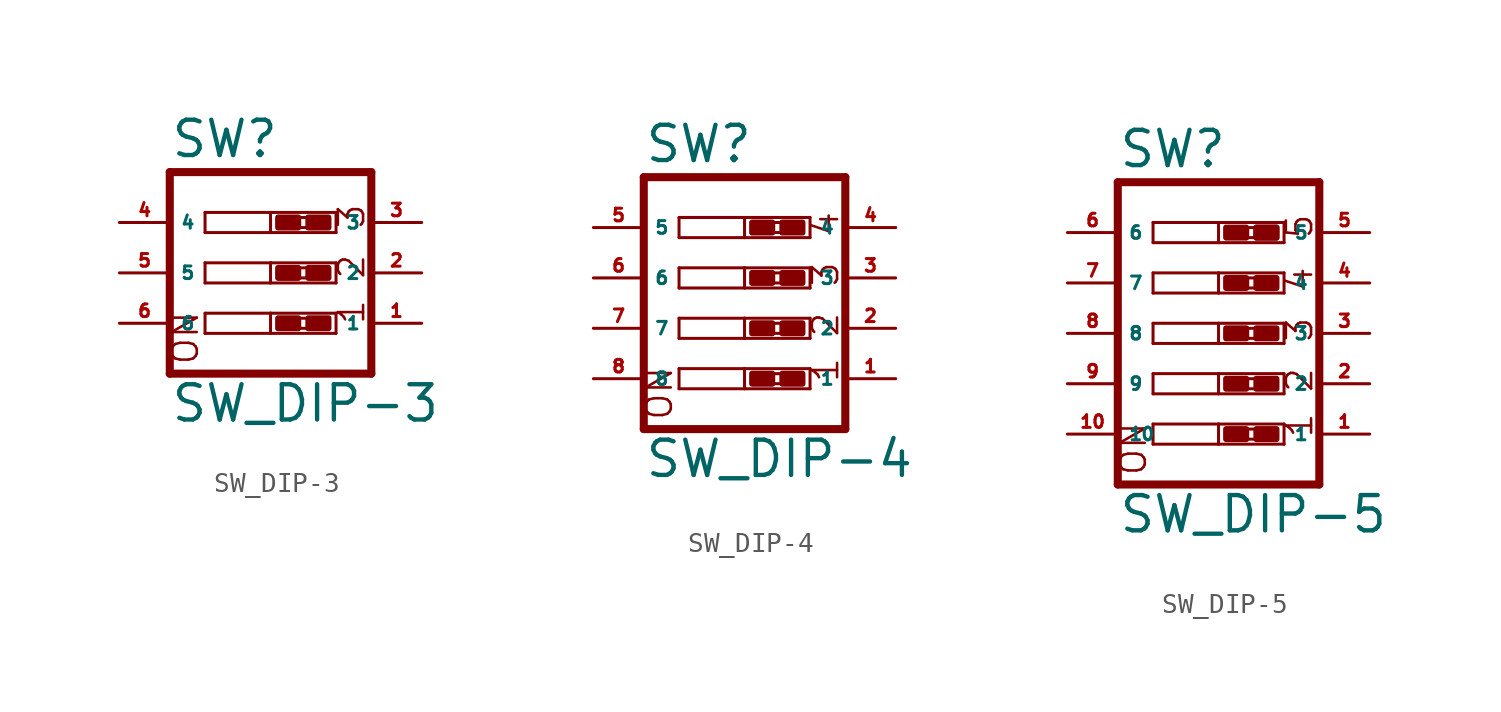
<source format=kicad_sym>
(kicad_symbol_lib
  (version 20220914)
  (generator Eagle2Kicad)
  (symbol "SW_DIP-3"
    (property "Reference" "SW"
      (at -5.08 5.715 0)
      (effects (font (size 1.778 1.778) (thickness 0.22)) (justify left bottom)))
    (property "Value" "SW_DIP-3"
      (at -5.08 -7.62 0)
      (effects (font (size 1.778 1.778) (thickness 0.22)) (justify left bottom)))
    (polyline
      (pts (xy -3.302 3.048) (xy 0 3.048))
      (stroke (width 0.152) (type default))
      (fill (type none)))
    (polyline
      (pts (xy 3.302 3.048) (xy 3.302 2.032))
      (stroke (width 0.152) (type default))
      (fill (type none)))
    (polyline
      (pts (xy 3.302 2.032) (xy 0 2.032))
      (stroke (width 0.152) (type default))
      (fill (type none)))
    (polyline
      (pts (xy -3.302 2.032) (xy -3.302 3.048))
      (stroke (width 0.152) (type default))
      (fill (type none)))
    (polyline
      (pts (xy 0 3.048) (xy 0 2.032))
      (stroke (width 0.152) (type default))
      (fill (type none)))
    (polyline
      (pts (xy 0 3.048) (xy 3.302 3.048))
      (stroke (width 0.152) (type default))
      (fill (type none)))
    (polyline
      (pts (xy 0 2.032) (xy -3.302 2.032))
      (stroke (width 0.152) (type default))
      (fill (type none)))
    (polyline
      (pts (xy -5.08 5.08) (xy 5.08 5.08))
      (stroke (width 0.406) (type default))
      (fill (type none)))
    (polyline
      (pts (xy -3.302 0.508) (xy 0 0.508))
      (stroke (width 0.152) (type default))
      (fill (type none)))
    (polyline
      (pts (xy 3.302 0.508) (xy 3.302 -0.508))
      (stroke (width 0.152) (type default))
      (fill (type none)))
    (polyline
      (pts (xy 3.302 -0.508) (xy 0 -0.508))
      (stroke (width 0.152) (type default))
      (fill (type none)))
    (polyline
      (pts (xy -3.302 -0.508) (xy -3.302 0.508))
      (stroke (width 0.152) (type default))
      (fill (type none)))
    (polyline
      (pts (xy 0 0.508) (xy 0 -0.508))
      (stroke (width 0.152) (type default))
      (fill (type none)))
    (polyline
      (pts (xy 0 0.508) (xy 3.302 0.508))
      (stroke (width 0.152) (type default))
      (fill (type none)))
    (polyline
      (pts (xy 0 -0.508) (xy -3.302 -0.508))
      (stroke (width 0.152) (type default))
      (fill (type none)))
    (polyline
      (pts (xy -3.302 -2.032) (xy 0 -2.032))
      (stroke (width 0.152) (type default))
      (fill (type none)))
    (polyline
      (pts (xy 3.302 -2.032) (xy 3.302 -3.048))
      (stroke (width 0.152) (type default))
      (fill (type none)))
    (polyline
      (pts (xy 3.302 -3.048) (xy 0 -3.048))
      (stroke (width 0.152) (type default))
      (fill (type none)))
    (polyline
      (pts (xy -3.302 -3.048) (xy -3.302 -2.032))
      (stroke (width 0.152) (type default))
      (fill (type none)))
    (polyline
      (pts (xy 0 -2.032) (xy 0 -3.048))
      (stroke (width 0.152) (type default))
      (fill (type none)))
    (polyline
      (pts (xy 0 -2.032) (xy 3.302 -2.032))
      (stroke (width 0.152) (type default))
      (fill (type none)))
    (polyline
      (pts (xy 0 -3.048) (xy -3.302 -3.048))
      (stroke (width 0.152) (type default))
      (fill (type none)))
    (polyline
      (pts (xy -5.08 5.08) (xy -5.08 -5.08))
      (stroke (width 0.406) (type default))
      (fill (type none)))
    (polyline
      (pts (xy -5.08 -5.08) (xy 5.08 -5.08))
      (stroke (width 0.406) (type default))
      (fill (type none)))
    (polyline
      (pts (xy 5.08 -5.08) (xy 5.08 5.08))
      (stroke (width 0.406) (type default))
      (fill (type none)))
    (polyline
      (pts (xy 1.397 2.794) (xy 1.905 2.794))
      (stroke (width 0) (type default))
      (fill (type none)))
    (polyline
      (pts (xy 1.397 2.286) (xy 1.905 2.286))
      (stroke (width 0) (type default))
      (fill (type none)))
    (polyline
      (pts (xy 1.397 0.254) (xy 1.905 0.254))
      (stroke (width 0) (type default))
      (fill (type none)))
    (polyline
      (pts (xy 1.397 -0.254) (xy 1.905 -0.254))
      (stroke (width 0) (type default))
      (fill (type none)))
    (polyline
      (pts (xy 1.397 -2.286) (xy 1.905 -2.286))
      (stroke (width 0) (type default))
      (fill (type none)))
    (polyline
      (pts (xy 1.397 -2.794) (xy 1.905 -2.794))
      (stroke (width 0) (type default))
      (fill (type none)))
    (text "1"
      (at 4.826 -2.667 900)
      (effects (font (size 1.27 1.27) (thickness 0.13)) (justify left bottom)))
    (text "2"
      (at 4.826 -0.381 900)
      (effects (font (size 1.27 1.27) (thickness 0.13)) (justify left bottom)))
    (text "3"
      (at 4.826 2.159 900)
      (effects (font (size 1.27 1.27) (thickness 0.13)) (justify left bottom)))
    (text "ON"
      (at -3.556 -4.699 900)
      (effects (font (size 1.27 1.27) (thickness 0.13)) (justify left bottom)))
    (rectangle
      (start 0.381 2.286)
      (end 1.397 2.794)
      (stroke (width 0.3) (type default))
      (fill (type outline)))
    (rectangle
      (start 1.905 2.286)
      (end 2.921 2.794)
      (stroke (width 0.3) (type default))
      (fill (type outline)))
    (rectangle
      (start 0.381 -0.254)
      (end 1.397 0.254)
      (stroke (width 0.3) (type default))
      (fill (type outline)))
    (rectangle
      (start 1.905 -0.254)
      (end 2.921 0.254)
      (stroke (width 0.3) (type default))
      (fill (type outline)))
    (rectangle
      (start 0.381 -2.794)
      (end 1.397 -2.286)
      (stroke (width 0.3) (type default))
      (fill (type outline)))
    (rectangle
      (start 1.905 -2.794)
      (end 2.921 -2.286)
      (stroke (width 0.3) (type default))
      (fill (type outline)))
    (pin passive line
      (at -7.62 2.54 0)
      (length 2.54)
      (name "4" (effects (font (size 0.635 0.635) (thickness 0.08)) (justify left bottom)))
      (number "4" (effects (font (size 0.635 0.635) (thickness 0.08)) (justify left bottom))))
    (pin passive line
      (at -7.62 0 0)
      (length 2.54)
      (name "5" (effects (font (size 0.635 0.635) (thickness 0.08)) (justify left bottom)))
      (number "5" (effects (font (size 0.635 0.635) (thickness 0.08)) (justify left bottom))))
    (pin passive line
      (at -7.62 -2.54 0)
      (length 2.54)
      (name "6" (effects (font (size 0.635 0.635) (thickness 0.08)) (justify left bottom)))
      (number "6" (effects (font (size 0.635 0.635) (thickness 0.08)) (justify left bottom))))
    (pin passive line
      (at 7.62 -2.54 180)
      (length 2.54)
      (name "1" (effects (font (size 0.635 0.635) (thickness 0.08)) (justify left bottom)))
      (number "1" (effects (font (size 0.635 0.635) (thickness 0.08)) (justify left bottom))))
    (pin passive line
      (at 7.62 0 180)
      (length 2.54)
      (name "2" (effects (font (size 0.635 0.635) (thickness 0.08)) (justify left bottom)))
      (number "2" (effects (font (size 0.635 0.635) (thickness 0.08)) (justify left bottom))))
    (pin passive line
      (at 7.62 2.54 180)
      (length 2.54)
      (name "3" (effects (font (size 0.635 0.635) (thickness 0.08)) (justify left bottom)))
      (number "3" (effects (font (size 0.635 0.635) (thickness 0.08)) (justify left bottom)))))
  (symbol "SW_DIP-4"
    (property "Reference" "SW"
      (at -5.08 5.715 0)
      (effects (font (size 1.778 1.778) (thickness 0.22)) (justify left bottom)))
    (property "Value" "SW_DIP-4"
      (at -5.08 -10.16 0)
      (effects (font (size 1.778 1.778) (thickness 0.22)) (justify left bottom)))
    (polyline
      (pts (xy -3.302 3.048) (xy 0 3.048))
      (stroke (width 0.152) (type default))
      (fill (type none)))
    (polyline
      (pts (xy 3.302 3.048) (xy 3.302 2.032))
      (stroke (width 0.152) (type default))
      (fill (type none)))
    (polyline
      (pts (xy 3.302 2.032) (xy 0 2.032))
      (stroke (width 0.152) (type default))
      (fill (type none)))
    (polyline
      (pts (xy -3.302 2.032) (xy -3.302 3.048))
      (stroke (width 0.152) (type default))
      (fill (type none)))
    (polyline
      (pts (xy 0 3.048) (xy 0 2.032))
      (stroke (width 0.152) (type default))
      (fill (type none)))
    (polyline
      (pts (xy 0 3.048) (xy 3.302 3.048))
      (stroke (width 0.152) (type default))
      (fill (type none)))
    (polyline
      (pts (xy 0 2.032) (xy -3.302 2.032))
      (stroke (width 0.152) (type default))
      (fill (type none)))
    (polyline
      (pts (xy -3.302 0.508) (xy 0 0.508))
      (stroke (width 0.152) (type default))
      (fill (type none)))
    (polyline
      (pts (xy 3.302 0.508) (xy 3.302 -0.508))
      (stroke (width 0.152) (type default))
      (fill (type none)))
    (polyline
      (pts (xy 3.302 -0.508) (xy 0 -0.508))
      (stroke (width 0.152) (type default))
      (fill (type none)))
    (polyline
      (pts (xy -3.302 -0.508) (xy -3.302 0.508))
      (stroke (width 0.152) (type default))
      (fill (type none)))
    (polyline
      (pts (xy 0 0.508) (xy 0 -0.508))
      (stroke (width 0.152) (type default))
      (fill (type none)))
    (polyline
      (pts (xy 0 0.508) (xy 3.302 0.508))
      (stroke (width 0.152) (type default))
      (fill (type none)))
    (polyline
      (pts (xy 0 -0.508) (xy -3.302 -0.508))
      (stroke (width 0.152) (type default))
      (fill (type none)))
    (polyline
      (pts (xy -3.302 -2.032) (xy 0 -2.032))
      (stroke (width 0.152) (type default))
      (fill (type none)))
    (polyline
      (pts (xy 3.302 -2.032) (xy 3.302 -3.048))
      (stroke (width 0.152) (type default))
      (fill (type none)))
    (polyline
      (pts (xy 3.302 -3.048) (xy 0 -3.048))
      (stroke (width 0.152) (type default))
      (fill (type none)))
    (polyline
      (pts (xy -3.302 -3.048) (xy -3.302 -2.032))
      (stroke (width 0.152) (type default))
      (fill (type none)))
    (polyline
      (pts (xy 0 -2.032) (xy 0 -3.048))
      (stroke (width 0.152) (type default))
      (fill (type none)))
    (polyline
      (pts (xy 0 -2.032) (xy 3.302 -2.032))
      (stroke (width 0.152) (type default))
      (fill (type none)))
    (polyline
      (pts (xy 0 -3.048) (xy -3.302 -3.048))
      (stroke (width 0.152) (type default))
      (fill (type none)))
    (polyline
      (pts (xy -3.302 -4.572) (xy 0 -4.572))
      (stroke (width 0.152) (type default))
      (fill (type none)))
    (polyline
      (pts (xy 3.302 -4.572) (xy 3.302 -5.588))
      (stroke (width 0.152) (type default))
      (fill (type none)))
    (polyline
      (pts (xy 3.302 -5.588) (xy 0 -5.588))
      (stroke (width 0.152) (type default))
      (fill (type none)))
    (polyline
      (pts (xy -3.302 -5.588) (xy -3.302 -4.572))
      (stroke (width 0.152) (type default))
      (fill (type none)))
    (polyline
      (pts (xy 0 -4.572) (xy 0 -5.588))
      (stroke (width 0.152) (type default))
      (fill (type none)))
    (polyline
      (pts (xy 0 -4.572) (xy 3.302 -4.572))
      (stroke (width 0.152) (type default))
      (fill (type none)))
    (polyline
      (pts (xy 0 -5.588) (xy -3.302 -5.588))
      (stroke (width 0.152) (type default))
      (fill (type none)))
    (polyline
      (pts (xy -5.08 5.08) (xy -5.08 -7.62))
      (stroke (width 0.406) (type default))
      (fill (type none)))
    (polyline
      (pts (xy -5.08 -7.62) (xy 5.08 -7.62))
      (stroke (width 0.406) (type default))
      (fill (type none)))
    (polyline
      (pts (xy 5.08 -7.62) (xy 5.08 5.08))
      (stroke (width 0.406) (type default))
      (fill (type none)))
    (polyline
      (pts (xy 5.08 5.08) (xy -5.08 5.08))
      (stroke (width 0.406) (type default))
      (fill (type none)))
    (polyline
      (pts (xy 1.397 2.794) (xy 1.905 2.794))
      (stroke (width 0) (type default))
      (fill (type none)))
    (polyline
      (pts (xy 1.397 2.286) (xy 1.905 2.286))
      (stroke (width 0) (type default))
      (fill (type none)))
    (polyline
      (pts (xy 1.397 0.254) (xy 1.905 0.254))
      (stroke (width 0) (type default))
      (fill (type none)))
    (polyline
      (pts (xy 1.397 -0.254) (xy 1.905 -0.254))
      (stroke (width 0) (type default))
      (fill (type none)))
    (polyline
      (pts (xy 1.397 -2.286) (xy 1.905 -2.286))
      (stroke (width 0) (type default))
      (fill (type none)))
    (polyline
      (pts (xy 1.397 -2.794) (xy 1.905 -2.794))
      (stroke (width 0) (type default))
      (fill (type none)))
    (polyline
      (pts (xy 1.397 -4.826) (xy 1.905 -4.826))
      (stroke (width 0) (type default))
      (fill (type none)))
    (polyline
      (pts (xy 1.397 -5.334) (xy 1.905 -5.334))
      (stroke (width 0) (type default))
      (fill (type none)))
    (text "1"
      (at 4.826 -5.334 900)
      (effects (font (size 1.27 1.27) (thickness 0.13)) (justify left bottom)))
    (text "2"
      (at 4.826 -3.048 900)
      (effects (font (size 1.27 1.27) (thickness 0.13)) (justify left bottom)))
    (text "3"
      (at 4.826 -0.508 900)
      (effects (font (size 1.27 1.27) (thickness 0.13)) (justify left bottom)))
    (text "4"
      (at 4.826 2.032 900)
      (effects (font (size 1.27 1.27) (thickness 0.13)) (justify left bottom)))
    (text "ON"
      (at -3.556 -7.239 900)
      (effects (font (size 1.27 1.27) (thickness 0.13)) (justify left bottom)))
    (rectangle
      (start 0.381 2.286)
      (end 1.397 2.794)
      (stroke (width 0.3) (type default))
      (fill (type outline)))
    (rectangle
      (start 1.905 2.286)
      (end 2.921 2.794)
      (stroke (width 0.3) (type default))
      (fill (type outline)))
    (rectangle
      (start 0.381 -0.254)
      (end 1.397 0.254)
      (stroke (width 0.3) (type default))
      (fill (type outline)))
    (rectangle
      (start 1.905 -0.254)
      (end 2.921 0.254)
      (stroke (width 0.3) (type default))
      (fill (type outline)))
    (rectangle
      (start 0.381 -2.794)
      (end 1.397 -2.286)
      (stroke (width 0.3) (type default))
      (fill (type outline)))
    (rectangle
      (start 1.905 -2.794)
      (end 2.921 -2.286)
      (stroke (width 0.3) (type default))
      (fill (type outline)))
    (rectangle
      (start 0.381 -5.334)
      (end 1.397 -4.826)
      (stroke (width 0.3) (type default))
      (fill (type outline)))
    (rectangle
      (start 1.905 -5.334)
      (end 2.921 -4.826)
      (stroke (width 0.3) (type default))
      (fill (type outline)))
    (pin passive line
      (at -7.62 2.54 0)
      (length 2.54)
      (name "5" (effects (font (size 0.635 0.635) (thickness 0.08)) (justify left bottom)))
      (number "5" (effects (font (size 0.635 0.635) (thickness 0.08)) (justify left bottom))))
    (pin passive line
      (at -7.62 0 0)
      (length 2.54)
      (name "6" (effects (font (size 0.635 0.635) (thickness 0.08)) (justify left bottom)))
      (number "6" (effects (font (size 0.635 0.635) (thickness 0.08)) (justify left bottom))))
    (pin passive line
      (at -7.62 -2.54 0)
      (length 2.54)
      (name "7" (effects (font (size 0.635 0.635) (thickness 0.08)) (justify left bottom)))
      (number "7" (effects (font (size 0.635 0.635) (thickness 0.08)) (justify left bottom))))
    (pin passive line
      (at -7.62 -5.08 0)
      (length 2.54)
      (name "8" (effects (font (size 0.635 0.635) (thickness 0.08)) (justify left bottom)))
      (number "8" (effects (font (size 0.635 0.635) (thickness 0.08)) (justify left bottom))))
    (pin passive line
      (at 7.62 -5.08 180)
      (length 2.54)
      (name "1" (effects (font (size 0.635 0.635) (thickness 0.08)) (justify left bottom)))
      (number "1" (effects (font (size 0.635 0.635) (thickness 0.08)) (justify left bottom))))
    (pin passive line
      (at 7.62 -2.54 180)
      (length 2.54)
      (name "2" (effects (font (size 0.635 0.635) (thickness 0.08)) (justify left bottom)))
      (number "2" (effects (font (size 0.635 0.635) (thickness 0.08)) (justify left bottom))))
    (pin passive line
      (at 7.62 0 180)
      (length 2.54)
      (name "3" (effects (font (size 0.635 0.635) (thickness 0.08)) (justify left bottom)))
      (number "3" (effects (font (size 0.635 0.635) (thickness 0.08)) (justify left bottom))))
    (pin passive line
      (at 7.62 2.54 180)
      (length 2.54)
      (name "4" (effects (font (size 0.635 0.635) (thickness 0.08)) (justify left bottom)))
      (number "4" (effects (font (size 0.635 0.635) (thickness 0.08)) (justify left bottom)))))
  (symbol "SW_DIP-5"
    (property "Reference" "SW"
      (at -5.08 8.255 0)
      (effects (font (size 1.778 1.778) (thickness 0.22)) (justify left bottom)))
    (property "Value" "SW_DIP-5"
      (at -5.08 -10.16 0)
      (effects (font (size 1.778 1.778) (thickness 0.22)) (justify left bottom)))
    (polyline
      (pts (xy -3.302 5.588) (xy 0 5.588))
      (stroke (width 0.152) (type default))
      (fill (type none)))
    (polyline
      (pts (xy 3.302 5.588) (xy 3.302 4.572))
      (stroke (width 0.152) (type default))
      (fill (type none)))
    (polyline
      (pts (xy 3.302 4.572) (xy 0 4.572))
      (stroke (width 0.152) (type default))
      (fill (type none)))
    (polyline
      (pts (xy -3.302 4.572) (xy -3.302 5.588))
      (stroke (width 0.152) (type default))
      (fill (type none)))
    (polyline
      (pts (xy 0 5.588) (xy 0 4.572))
      (stroke (width 0.152) (type default))
      (fill (type none)))
    (polyline
      (pts (xy 0 5.588) (xy 3.302 5.588))
      (stroke (width 0.152) (type default))
      (fill (type none)))
    (polyline
      (pts (xy 0 4.572) (xy -3.302 4.572))
      (stroke (width 0.152) (type default))
      (fill (type none)))
    (polyline
      (pts (xy -3.302 3.048) (xy 0 3.048))
      (stroke (width 0.152) (type default))
      (fill (type none)))
    (polyline
      (pts (xy 3.302 3.048) (xy 3.302 2.032))
      (stroke (width 0.152) (type default))
      (fill (type none)))
    (polyline
      (pts (xy 3.302 2.032) (xy 0 2.032))
      (stroke (width 0.152) (type default))
      (fill (type none)))
    (polyline
      (pts (xy -3.302 2.032) (xy -3.302 3.048))
      (stroke (width 0.152) (type default))
      (fill (type none)))
    (polyline
      (pts (xy 0 3.048) (xy 0 2.032))
      (stroke (width 0.152) (type default))
      (fill (type none)))
    (polyline
      (pts (xy 0 3.048) (xy 3.302 3.048))
      (stroke (width 0.152) (type default))
      (fill (type none)))
    (polyline
      (pts (xy 0 2.032) (xy -3.302 2.032))
      (stroke (width 0.152) (type default))
      (fill (type none)))
    (polyline
      (pts (xy -3.302 0.508) (xy 0 0.508))
      (stroke (width 0.152) (type default))
      (fill (type none)))
    (polyline
      (pts (xy 3.302 0.508) (xy 3.302 -0.508))
      (stroke (width 0.152) (type default))
      (fill (type none)))
    (polyline
      (pts (xy 3.302 -0.508) (xy 0 -0.508))
      (stroke (width 0.152) (type default))
      (fill (type none)))
    (polyline
      (pts (xy -3.302 -0.508) (xy -3.302 0.508))
      (stroke (width 0.152) (type default))
      (fill (type none)))
    (polyline
      (pts (xy 0 0.508) (xy 0 -0.508))
      (stroke (width 0.152) (type default))
      (fill (type none)))
    (polyline
      (pts (xy 0 0.508) (xy 3.302 0.508))
      (stroke (width 0.152) (type default))
      (fill (type none)))
    (polyline
      (pts (xy 0 -0.508) (xy -3.302 -0.508))
      (stroke (width 0.152) (type default))
      (fill (type none)))
    (polyline
      (pts (xy -3.302 -2.032) (xy 0 -2.032))
      (stroke (width 0.152) (type default))
      (fill (type none)))
    (polyline
      (pts (xy 3.302 -2.032) (xy 3.302 -3.048))
      (stroke (width 0.152) (type default))
      (fill (type none)))
    (polyline
      (pts (xy 3.302 -3.048) (xy 0 -3.048))
      (stroke (width 0.152) (type default))
      (fill (type none)))
    (polyline
      (pts (xy -3.302 -3.048) (xy -3.302 -2.032))
      (stroke (width 0.152) (type default))
      (fill (type none)))
    (polyline
      (pts (xy 0 -2.032) (xy 0 -3.048))
      (stroke (width 0.152) (type default))
      (fill (type none)))
    (polyline
      (pts (xy 0 -2.032) (xy 3.302 -2.032))
      (stroke (width 0.152) (type default))
      (fill (type none)))
    (polyline
      (pts (xy 0 -3.048) (xy -3.302 -3.048))
      (stroke (width 0.152) (type default))
      (fill (type none)))
    (polyline
      (pts (xy -3.302 -4.572) (xy 0 -4.572))
      (stroke (width 0.152) (type default))
      (fill (type none)))
    (polyline
      (pts (xy 3.302 -4.572) (xy 3.302 -5.588))
      (stroke (width 0.152) (type default))
      (fill (type none)))
    (polyline
      (pts (xy 3.302 -5.588) (xy 0 -5.588))
      (stroke (width 0.152) (type default))
      (fill (type none)))
    (polyline
      (pts (xy -3.302 -5.588) (xy -3.302 -4.572))
      (stroke (width 0.152) (type default))
      (fill (type none)))
    (polyline
      (pts (xy 0 -4.572) (xy 0 -5.588))
      (stroke (width 0.152) (type default))
      (fill (type none)))
    (polyline
      (pts (xy 0 -4.572) (xy 3.302 -4.572))
      (stroke (width 0.152) (type default))
      (fill (type none)))
    (polyline
      (pts (xy 0 -5.588) (xy -3.302 -5.588))
      (stroke (width 0.152) (type default))
      (fill (type none)))
    (polyline
      (pts (xy -5.08 7.62) (xy -5.08 -7.62))
      (stroke (width 0.406) (type default))
      (fill (type none)))
    (polyline
      (pts (xy -5.08 -7.62) (xy 5.08 -7.62))
      (stroke (width 0.406) (type default))
      (fill (type none)))
    (polyline
      (pts (xy 5.08 -7.62) (xy 5.08 7.62))
      (stroke (width 0.406) (type default))
      (fill (type none)))
    (polyline
      (pts (xy 5.08 7.62) (xy -5.08 7.62))
      (stroke (width 0.406) (type default))
      (fill (type none)))
    (polyline
      (pts (xy 1.397 5.334) (xy 1.905 5.334))
      (stroke (width 0) (type default))
      (fill (type none)))
    (polyline
      (pts (xy 1.397 4.826) (xy 1.905 4.826))
      (stroke (width 0) (type default))
      (fill (type none)))
    (polyline
      (pts (xy 1.397 2.794) (xy 1.905 2.794))
      (stroke (width 0) (type default))
      (fill (type none)))
    (polyline
      (pts (xy 1.397 2.286) (xy 1.905 2.286))
      (stroke (width 0) (type default))
      (fill (type none)))
    (polyline
      (pts (xy 1.397 0.254) (xy 1.905 0.254))
      (stroke (width 0) (type default))
      (fill (type none)))
    (polyline
      (pts (xy 1.397 -0.254) (xy 1.905 -0.254))
      (stroke (width 0) (type default))
      (fill (type none)))
    (polyline
      (pts (xy 1.397 -2.286) (xy 1.905 -2.286))
      (stroke (width 0) (type default))
      (fill (type none)))
    (polyline
      (pts (xy 1.397 -2.794) (xy 1.905 -2.794))
      (stroke (width 0) (type default))
      (fill (type none)))
    (polyline
      (pts (xy 1.397 -4.826) (xy 1.905 -4.826))
      (stroke (width 0) (type default))
      (fill (type none)))
    (polyline
      (pts (xy 1.397 -5.334) (xy 1.905 -5.334))
      (stroke (width 0) (type default))
      (fill (type none)))
    (text "1"
      (at 4.826 -5.334 900)
      (effects (font (size 1.27 1.27) (thickness 0.13)) (justify left bottom)))
    (text "2"
      (at 4.826 -3.048 900)
      (effects (font (size 1.27 1.27) (thickness 0.13)) (justify left bottom)))
    (text "3"
      (at 4.826 -0.508 900)
      (effects (font (size 1.27 1.27) (thickness 0.13)) (justify left bottom)))
    (text "4"
      (at 4.826 2.032 900)
      (effects (font (size 1.27 1.27) (thickness 0.13)) (justify left bottom)))
    (text "5"
      (at 4.826 4.699 900)
      (effects (font (size 1.27 1.27) (thickness 0.13)) (justify left bottom)))
    (text "ON"
      (at -3.556 -7.239 900)
      (effects (font (size 1.27 1.27) (thickness 0.13)) (justify left bottom)))
    (rectangle
      (start 0.381 4.826)
      (end 1.397 5.334)
      (stroke (width 0.3) (type default))
      (fill (type outline)))
    (rectangle
      (start 1.905 4.826)
      (end 2.921 5.334)
      (stroke (width 0.3) (type default))
      (fill (type outline)))
    (rectangle
      (start 1.905 4.826)
      (end 2.921 5.334)
      (stroke (width 0.3) (type default))
      (fill (type outline)))
    (rectangle
      (start 0.381 2.286)
      (end 1.397 2.794)
      (stroke (width 0.3) (type default))
      (fill (type outline)))
    (rectangle
      (start 1.905 2.286)
      (end 2.921 2.794)
      (stroke (width 0.3) (type default))
      (fill (type outline)))
    (rectangle
      (start 0.381 -0.254)
      (end 1.397 0.254)
      (stroke (width 0.3) (type default))
      (fill (type outline)))
    (rectangle
      (start 1.905 -0.254)
      (end 2.921 0.254)
      (stroke (width 0.3) (type default))
      (fill (type outline)))
    (rectangle
      (start 0.381 -2.794)
      (end 1.397 -2.286)
      (stroke (width 0.3) (type default))
      (fill (type outline)))
    (rectangle
      (start 1.905 -2.794)
      (end 2.921 -2.286)
      (stroke (width 0.3) (type default))
      (fill (type outline)))
    (rectangle
      (start 0.381 -5.334)
      (end 1.397 -4.826)
      (stroke (width 0.3) (type default))
      (fill (type outline)))
    (rectangle
      (start 1.905 -5.334)
      (end 2.921 -4.826)
      (stroke (width 0.3) (type default))
      (fill (type outline)))
    (pin passive line
      (at -7.62 5.08 0)
      (length 2.54)
      (name "6" (effects (font (size 0.635 0.635) (thickness 0.08)) (justify left bottom)))
      (number "6" (effects (font (size 0.635 0.635) (thickness 0.08)) (justify left bottom))))
    (pin passive line
      (at -7.62 2.54 0)
      (length 2.54)
      (name "7" (effects (font (size 0.635 0.635) (thickness 0.08)) (justify left bottom)))
      (number "7" (effects (font (size 0.635 0.635) (thickness 0.08)) (justify left bottom))))
    (pin passive line
      (at -7.62 0 0)
      (length 2.54)
      (name "8" (effects (font (size 0.635 0.635) (thickness 0.08)) (justify left bottom)))
      (number "8" (effects (font (size 0.635 0.635) (thickness 0.08)) (justify left bottom))))
    (pin passive line
      (at -7.62 -2.54 0)
      (length 2.54)
      (name "9" (effects (font (size 0.635 0.635) (thickness 0.08)) (justify left bottom)))
      (number "9" (effects (font (size 0.635 0.635) (thickness 0.08)) (justify left bottom))))
    (pin passive line
      (at -7.62 -5.08 0)
      (length 2.54)
      (name "10" (effects (font (size 0.635 0.635) (thickness 0.08)) (justify left bottom)))
      (number "10" (effects (font (size 0.635 0.635) (thickness 0.08)) (justify left bottom))))
    (pin passive line
      (at 7.62 -5.08 180)
      (length 2.54)
      (name "1" (effects (font (size 0.635 0.635) (thickness 0.08)) (justify left bottom)))
      (number "1" (effects (font (size 0.635 0.635) (thickness 0.08)) (justify left bottom))))
    (pin passive line
      (at 7.62 -2.54 180)
      (length 2.54)
      (name "2" (effects (font (size 0.635 0.635) (thickness 0.08)) (justify left bottom)))
      (number "2" (effects (font (size 0.635 0.635) (thickness 0.08)) (justify left bottom))))
    (pin passive line
      (at 7.62 0 180)
      (length 2.54)
      (name "3" (effects (font (size 0.635 0.635) (thickness 0.08)) (justify left bottom)))
      (number "3" (effects (font (size 0.635 0.635) (thickness 0.08)) (justify left bottom))))
    (pin passive line
      (at 7.62 2.54 180)
      (length 2.54)
      (name "4" (effects (font (size 0.635 0.635) (thickness 0.08)) (justify left bottom)))
      (number "4" (effects (font (size 0.635 0.635) (thickness 0.08)) (justify left bottom))))
    (pin passive line
      (at 7.62 5.08 180)
      (length 2.54)
      (name "5" (effects (font (size 0.635 0.635) (thickness 0.08)) (justify left bottom)))
      (number "5" (effects (font (size 0.635 0.635) (thickness 0.08)) (justify left bottom))))))
</source>
